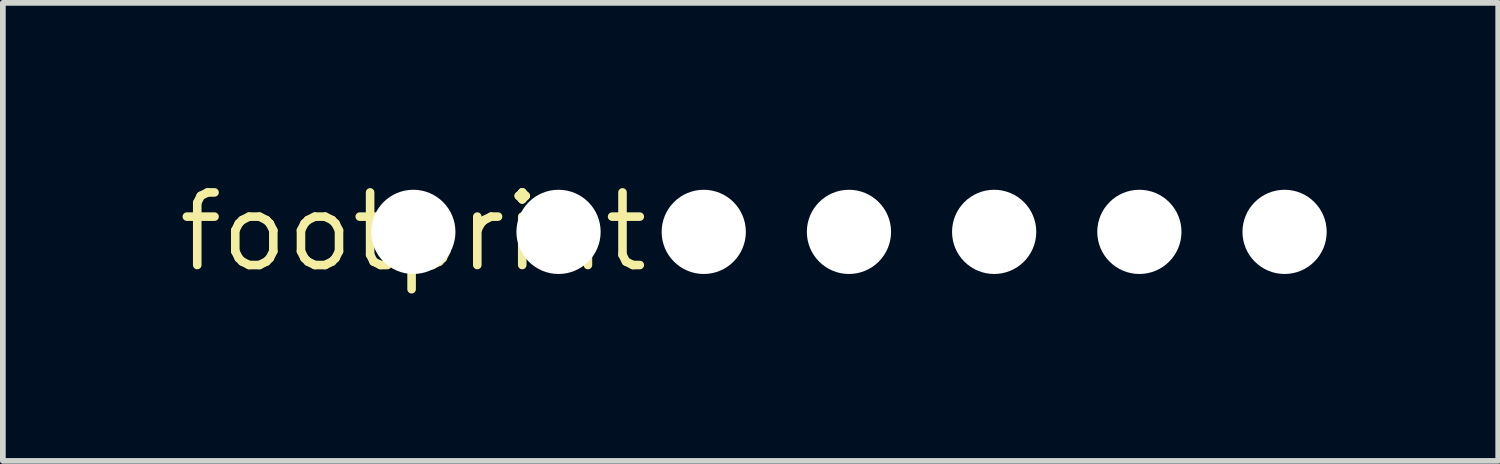
<source format=kicad_pcb>
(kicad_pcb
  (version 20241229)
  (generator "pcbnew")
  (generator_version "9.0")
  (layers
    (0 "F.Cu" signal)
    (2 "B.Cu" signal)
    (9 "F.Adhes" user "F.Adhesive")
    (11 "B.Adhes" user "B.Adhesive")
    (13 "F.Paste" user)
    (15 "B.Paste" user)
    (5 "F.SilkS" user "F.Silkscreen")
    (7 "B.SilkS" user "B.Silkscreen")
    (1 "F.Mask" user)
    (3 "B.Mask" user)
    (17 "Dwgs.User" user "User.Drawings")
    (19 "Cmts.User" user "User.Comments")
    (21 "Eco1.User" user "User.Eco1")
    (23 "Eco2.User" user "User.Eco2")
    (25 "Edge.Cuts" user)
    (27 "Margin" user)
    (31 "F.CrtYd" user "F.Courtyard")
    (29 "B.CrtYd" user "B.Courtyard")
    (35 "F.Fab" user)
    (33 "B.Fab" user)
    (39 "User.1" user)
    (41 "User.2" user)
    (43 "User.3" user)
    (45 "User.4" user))
  (footprint "footprint"
    (layer "F.Cu")
    (at 4.18 1.006)
    (property "Reference" "footprint" (at 0 0 0) (layer "F.SilkS") (effects (font (size 1.27 1.27) (thickness 0.15))))
    (fp_circle (center 0 0) (end 0.635 0) (stroke (width 0.127) (type solid)) (fill no) (layer "F.Fab"))
    (fp_circle (center 2.54 0) (end 3.175 0) (stroke (width 0.127) (type solid)) (fill no) (layer "F.Fab"))
    (fp_circle (center 5.08 0) (end 5.715 0) (stroke (width 0.127) (type solid)) (fill no) (layer "F.Fab"))
    (fp_circle (center 7.62 0) (end 8.255 0) (stroke (width 0.127) (type solid)) (fill no) (layer "F.Fab"))
    (fp_circle (center 10.16 0) (end 10.795 0) (stroke (width 0.127) (type solid)) (fill no) (layer "F.Fab"))
    (fp_circle (center 12.7 0) (end 13.335 0) (stroke (width 0.127) (type solid)) (fill no) (layer "F.Fab"))
    (fp_circle (center 15.24 0) (end 15.875 0) (stroke (width 0.127) (type solid)) (fill no) (layer "F.Fab"))
    (pad "" np_thru_hole circle (at 0 0) (size 1.473 1.473) (drill 1.473) (layers "*.Cu" "*.Mask"))
    (pad "" np_thru_hole circle (at 2.54 0) (size 1.473 1.473) (drill 1.473) (layers "*.Cu" "*.Mask"))
    (pad "" np_thru_hole circle (at 5.08 0) (size 1.473 1.473) (drill 1.473) (layers "*.Cu" "*.Mask"))
    (pad "" np_thru_hole circle (at 7.62 0) (size 1.473 1.473) (drill 1.473) (layers "*.Cu" "*.Mask"))
    (pad "" np_thru_hole circle (at 10.16 0) (size 1.473 1.473) (drill 1.473) (layers "*.Cu" "*.Mask"))
    (pad "" np_thru_hole circle (at 12.7 0) (size 1.473 1.473) (drill 1.473) (layers "*.Cu" "*.Mask"))
    (pad "" np_thru_hole circle (at 15.24 0) (size 1.473 1.473) (drill 1.473) (layers "*.Cu" "*.Mask"))
    (pad "1" thru_hole circle (at 0 0 90) (size 0.813 0.813) (drill 0.889) (layers "*.Cu" "*.Mask"))
    (pad "2" thru_hole circle (at 2.54 0 90) (size 0.813 0.813) (drill 0.889) (layers "*.Cu" "*.Mask"))
    (pad "3" thru_hole circle (at 5.08 0 90) (size 0.813 0.813) (drill 0.889) (layers "*.Cu" "*.Mask"))
    (pad "4" thru_hole circle (at 7.62 0 90) (size 0.813 0.813) (drill 0.889) (layers "*.Cu" "*.Mask"))
    (pad "5" thru_hole circle (at 10.16 0 90) (size 0.813 0.813) (drill 0.889) (layers "*.Cu" "*.Mask"))
    (pad "6" thru_hole circle (at 12.7 0 90) (size 0.813 0.813) (drill 0.889) (layers "*.Cu" "*.Mask"))
    (pad "7" thru_hole circle (at 15.24 0 90) (size 0.813 0.813) (drill 0.889) (layers "*.Cu" "*.Mask")))
  (gr_rect
    (start -3 -3)
    (end 23.157 5.012)
    (stroke (width 0.1) (type default))
    (fill no)
    (layer "Edge.Cuts")))
</source>
